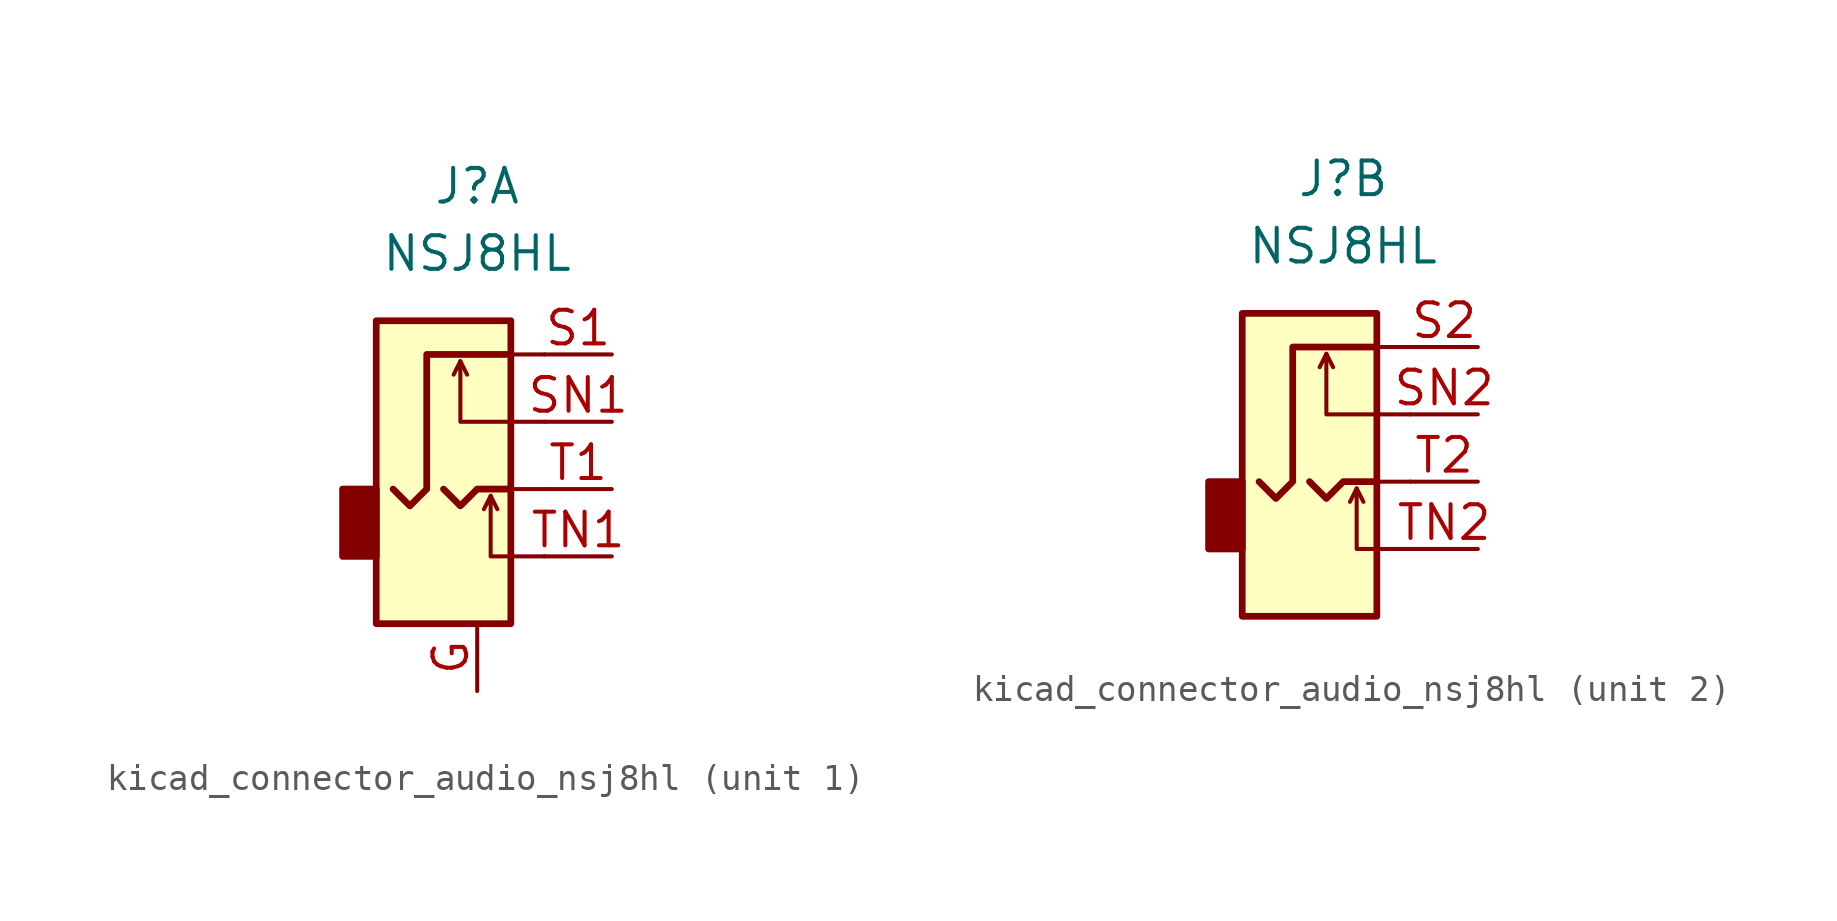
<source format=kicad_sym>
(kicad_symbol_lib
  (version 20220914)
  (generator kicad_symbol_editor)
  (symbol "kicad_connector_audio_nsj8hl"
    (property "Reference" "J"
      (at 0 11.43 0)
      (effects (font (size 1.27 1.27))))
    (property "Value" "NSJ8HL"
      (at 0 8.89 0)
      (effects (font (size 1.27 1.27))))
    (symbol "kicad_connector_audio_nsj8hl_0_1"
      (rectangle (start -5.08 0) (end -3.81 -2.54) (stroke (width 0.254) (type default)) (fill (type outline)))
      (polyline (pts (xy -0.635 4.826) (xy -0.381 4.318)) (stroke (width 0) (type default)) (fill (type none)))
      (polyline (pts (xy 0.508 -0.254) (xy 0.762 -0.762)) (stroke (width 0) (type default)) (fill (type none)))
      (polyline (pts (xy 1.27 -2.54) (xy 2.54 -2.54)) (stroke (width 0) (type default)) (fill (type none)))
      (polyline (pts (xy 1.27 2.54) (xy 2.54 2.54)) (stroke (width 0) (type default)) (fill (type none)))
      (polyline (pts (xy 2.54 0) (xy 1.27 0)) (stroke (width 0) (type default)) (fill (type none)))
      (polyline (pts (xy 2.54 5.08) (xy 1.27 5.08)) (stroke (width 0) (type default)) (fill (type none)))
      (polyline (pts (xy -1.27 0) (xy -0.635 -0.635) (xy 0 0) (xy 1.27 0)) (stroke (width 0.254) (type default)) (fill (type none)))
      (polyline (pts (xy 1.27 -2.54) (xy 0.508 -2.54) (xy 0.508 -0.254) (xy 0.254 -0.762)) (stroke (width 0) (type default)) (fill (type none)))
      (polyline (pts (xy 1.27 2.54) (xy -0.635 2.54) (xy -0.635 4.826) (xy -0.889 4.318)) (stroke (width 0) (type default)) (fill (type none)))
      (polyline (pts (xy 1.27 5.08) (xy -1.905 5.08) (xy -1.905 0) (xy -2.54 -0.635) (xy -3.175 0)) (stroke (width 0.254) (type default)) (fill (type none)))
      (rectangle (start 1.27 6.35) (end -3.81 -5.08) (stroke (width 0.254) (type default)) (fill (type background))))
    (symbol "kicad_connector_audio_nsj8hl_1_1"
      (pin passive line (at 0 -7.62 90) (length 2.54) (name "~" (effects (font (size 1.27 1.27)))) (number "G" (effects (font (size 1.27 1.27)))))
      (pin passive line (at 5.08 5.08 180) (length 2.54) (name "~" (effects (font (size 1.27 1.27)))) (number "S1" (effects (font (size 1.27 1.27)))))
      (pin passive line (at 5.08 2.54 180) (length 2.54) (name "~" (effects (font (size 1.27 1.27)))) (number "SN1" (effects (font (size 1.27 1.27)))))
      (pin passive line (at 5.08 0 180) (length 2.54) (name "~" (effects (font (size 1.27 1.27)))) (number "T1" (effects (font (size 1.27 1.27)))))
      (pin passive line (at 5.08 -2.54 180) (length 2.54) (name "~" (effects (font (size 1.27 1.27)))) (number "TN1" (effects (font (size 1.27 1.27))))))
    (symbol "kicad_connector_audio_nsj8hl_2_1"
      (pin passive line (at 5.08 5.08 180) (length 2.54) (name "~" (effects (font (size 1.27 1.27)))) (number "S2" (effects (font (size 1.27 1.27)))))
      (pin passive line (at 5.08 2.54 180) (length 2.54) (name "~" (effects (font (size 1.27 1.27)))) (number "SN2" (effects (font (size 1.27 1.27)))))
      (pin passive line (at 5.08 0 180) (length 2.54) (name "~" (effects (font (size 1.27 1.27)))) (number "T2" (effects (font (size 1.27 1.27)))))
      (pin passive line (at 5.08 -2.54 180) (length 2.54) (name "~" (effects (font (size 1.27 1.27)))) (number "TN2" (effects (font (size 1.27 1.27))))))))
</source>
